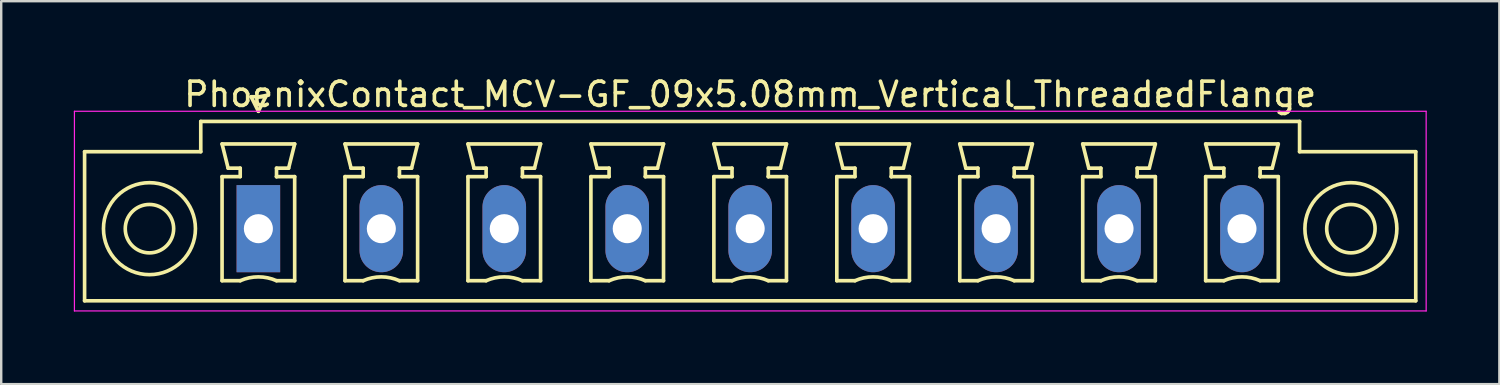
<source format=kicad_pcb>
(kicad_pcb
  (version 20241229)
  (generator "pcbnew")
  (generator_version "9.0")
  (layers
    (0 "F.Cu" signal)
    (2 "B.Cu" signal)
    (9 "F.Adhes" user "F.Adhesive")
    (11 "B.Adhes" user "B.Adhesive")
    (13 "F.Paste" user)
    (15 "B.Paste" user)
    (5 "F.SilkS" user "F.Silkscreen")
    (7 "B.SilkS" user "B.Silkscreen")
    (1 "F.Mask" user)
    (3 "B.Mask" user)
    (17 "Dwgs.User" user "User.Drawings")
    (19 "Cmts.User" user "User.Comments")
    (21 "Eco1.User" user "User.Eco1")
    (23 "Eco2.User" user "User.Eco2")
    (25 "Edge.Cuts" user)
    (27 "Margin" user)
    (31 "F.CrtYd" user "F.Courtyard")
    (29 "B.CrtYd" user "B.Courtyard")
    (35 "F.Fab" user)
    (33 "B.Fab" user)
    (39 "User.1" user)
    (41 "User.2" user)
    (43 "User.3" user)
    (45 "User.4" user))
  (footprint "PhoenixContact_MCV-GF_09x5.08mm_Vertical_ThreadedFlange"
    (layer "F.Cu")
    (at 7.625 6.398)
    (property "Reference" "PhoenixContact_MCV-GF_09x5.08mm_Vertical_ThreadedFlange" (at 20.32 -5.55 0) (layer "F.SilkS") (effects (font (size 1 1) (thickness 0.15))))
    (attr through_hole)
    (fp_line (start -7.18 -3.18) (end -7.18 2.98) (stroke (width 0.15) (type solid)) (layer "F.SilkS"))
    (fp_line (start -7.18 2.98) (end 47.82 2.98) (stroke (width 0.15) (type solid)) (layer "F.SilkS"))
    (fp_line (start -2.38 -4.43) (end -2.38 -3.18) (stroke (width 0.15) (type solid)) (layer "F.SilkS"))
    (fp_line (start -2.38 -3.18) (end -7.18 -3.18) (stroke (width 0.15) (type solid)) (layer "F.SilkS"))
    (fp_line (start -1.5 -3.5) (end 1.5 -3.5) (stroke (width 0.15) (type solid)) (layer "F.SilkS"))
    (fp_line (start -1.5 -2.15) (end -0.75 -2.15) (stroke (width 0.15) (type solid)) (layer "F.SilkS"))
    (fp_line (start -1.5 2.15) (end -1.5 -2.15) (stroke (width 0.15) (type solid)) (layer "F.SilkS"))
    (fp_line (start -1.25 -2.5) (end -1.5 -3.5) (stroke (width 0.15) (type solid)) (layer "F.SilkS"))
    (fp_line (start -0.75 -2.5) (end -1.25 -2.5) (stroke (width 0.15) (type solid)) (layer "F.SilkS"))
    (fp_line (start -0.75 -2.15) (end -0.75 -2.5) (stroke (width 0.15) (type solid)) (layer "F.SilkS"))
    (fp_line (start -0.75 2.15) (end -1.5 2.15) (stroke (width 0.15) (type solid)) (layer "F.SilkS"))
    (fp_line (start -0.3 -5.45) (end 0 -4.85) (stroke (width 0.15) (type solid)) (layer "F.SilkS"))
    (fp_line (start 0 -4.85) (end 0.3 -5.45) (stroke (width 0.15) (type solid)) (layer "F.SilkS"))
    (fp_line (start 0.3 -5.45) (end -0.3 -5.45) (stroke (width 0.15) (type solid)) (layer "F.SilkS"))
    (fp_line (start 0.75 -2.5) (end 0.75 -2.15) (stroke (width 0.15) (type solid)) (layer "F.SilkS"))
    (fp_line (start 0.75 -2.15) (end 0.75 -2.15) (stroke (width 0.15) (type solid)) (layer "F.SilkS"))
    (fp_line (start 0.75 -2.15) (end 1.5 -2.15) (stroke (width 0.15) (type solid)) (layer "F.SilkS"))
    (fp_line (start 1.25 -2.5) (end 0.75 -2.5) (stroke (width 0.15) (type solid)) (layer "F.SilkS"))
    (fp_line (start 1.5 -3.5) (end 1.25 -2.5) (stroke (width 0.15) (type solid)) (layer "F.SilkS"))
    (fp_line (start 1.5 -2.15) (end 1.5 2.15) (stroke (width 0.15) (type solid)) (layer "F.SilkS"))
    (fp_line (start 1.5 2.15) (end 0.75 2.15) (stroke (width 0.15) (type solid)) (layer "F.SilkS"))
    (fp_line (start 3.58 -3.5) (end 6.58 -3.5) (stroke (width 0.15) (type solid)) (layer "F.SilkS"))
    (fp_line (start 3.58 -2.15) (end 4.33 -2.15) (stroke (width 0.15) (type solid)) (layer "F.SilkS"))
    (fp_line (start 3.58 2.15) (end 3.58 -2.15) (stroke (width 0.15) (type solid)) (layer "F.SilkS"))
    (fp_line (start 3.83 -2.5) (end 3.58 -3.5) (stroke (width 0.15) (type solid)) (layer "F.SilkS"))
    (fp_line (start 4.33 -2.5) (end 3.83 -2.5) (stroke (width 0.15) (type solid)) (layer "F.SilkS"))
    (fp_line (start 4.33 -2.15) (end 4.33 -2.5) (stroke (width 0.15) (type solid)) (layer "F.SilkS"))
    (fp_line (start 4.33 2.15) (end 3.58 2.15) (stroke (width 0.15) (type solid)) (layer "F.SilkS"))
    (fp_line (start 5.83 -2.5) (end 5.83 -2.15) (stroke (width 0.15) (type solid)) (layer "F.SilkS"))
    (fp_line (start 5.83 -2.15) (end 5.83 -2.15) (stroke (width 0.15) (type solid)) (layer "F.SilkS"))
    (fp_line (start 5.83 -2.15) (end 6.58 -2.15) (stroke (width 0.15) (type solid)) (layer "F.SilkS"))
    (fp_line (start 6.33 -2.5) (end 5.83 -2.5) (stroke (width 0.15) (type solid)) (layer "F.SilkS"))
    (fp_line (start 6.58 -3.5) (end 6.33 -2.5) (stroke (width 0.15) (type solid)) (layer "F.SilkS"))
    (fp_line (start 6.58 -2.15) (end 6.58 2.15) (stroke (width 0.15) (type solid)) (layer "F.SilkS"))
    (fp_line (start 6.58 2.15) (end 5.83 2.15) (stroke (width 0.15) (type solid)) (layer "F.SilkS"))
    (fp_line (start 8.66 -3.5) (end 11.66 -3.5) (stroke (width 0.15) (type solid)) (layer "F.SilkS"))
    (fp_line (start 8.66 -2.15) (end 9.41 -2.15) (stroke (width 0.15) (type solid)) (layer "F.SilkS"))
    (fp_line (start 8.66 2.15) (end 8.66 -2.15) (stroke (width 0.15) (type solid)) (layer "F.SilkS"))
    (fp_line (start 8.91 -2.5) (end 8.66 -3.5) (stroke (width 0.15) (type solid)) (layer "F.SilkS"))
    (fp_line (start 9.41 -2.5) (end 8.91 -2.5) (stroke (width 0.15) (type solid)) (layer "F.SilkS"))
    (fp_line (start 9.41 -2.15) (end 9.41 -2.5) (stroke (width 0.15) (type solid)) (layer "F.SilkS"))
    (fp_line (start 9.41 2.15) (end 8.66 2.15) (stroke (width 0.15) (type solid)) (layer "F.SilkS"))
    (fp_line (start 10.91 -2.5) (end 10.91 -2.15) (stroke (width 0.15) (type solid)) (layer "F.SilkS"))
    (fp_line (start 10.91 -2.15) (end 10.91 -2.15) (stroke (width 0.15) (type solid)) (layer "F.SilkS"))
    (fp_line (start 10.91 -2.15) (end 11.66 -2.15) (stroke (width 0.15) (type solid)) (layer "F.SilkS"))
    (fp_line (start 11.41 -2.5) (end 10.91 -2.5) (stroke (width 0.15) (type solid)) (layer "F.SilkS"))
    (fp_line (start 11.66 -3.5) (end 11.41 -2.5) (stroke (width 0.15) (type solid)) (layer "F.SilkS"))
    (fp_line (start 11.66 -2.15) (end 11.66 2.15) (stroke (width 0.15) (type solid)) (layer "F.SilkS"))
    (fp_line (start 11.66 2.15) (end 10.91 2.15) (stroke (width 0.15) (type solid)) (layer "F.SilkS"))
    (fp_line (start 13.74 -3.5) (end 16.74 -3.5) (stroke (width 0.15) (type solid)) (layer "F.SilkS"))
    (fp_line (start 13.74 -2.15) (end 14.49 -2.15) (stroke (width 0.15) (type solid)) (layer "F.SilkS"))
    (fp_line (start 13.74 2.15) (end 13.74 -2.15) (stroke (width 0.15) (type solid)) (layer "F.SilkS"))
    (fp_line (start 13.99 -2.5) (end 13.74 -3.5) (stroke (width 0.15) (type solid)) (layer "F.SilkS"))
    (fp_line (start 14.49 -2.5) (end 13.99 -2.5) (stroke (width 0.15) (type solid)) (layer "F.SilkS"))
    (fp_line (start 14.49 -2.15) (end 14.49 -2.5) (stroke (width 0.15) (type solid)) (layer "F.SilkS"))
    (fp_line (start 14.49 2.15) (end 13.74 2.15) (stroke (width 0.15) (type solid)) (layer "F.SilkS"))
    (fp_line (start 15.99 -2.5) (end 15.99 -2.15) (stroke (width 0.15) (type solid)) (layer "F.SilkS"))
    (fp_line (start 15.99 -2.15) (end 15.99 -2.15) (stroke (width 0.15) (type solid)) (layer "F.SilkS"))
    (fp_line (start 15.99 -2.15) (end 16.74 -2.15) (stroke (width 0.15) (type solid)) (layer "F.SilkS"))
    (fp_line (start 16.49 -2.5) (end 15.99 -2.5) (stroke (width 0.15) (type solid)) (layer "F.SilkS"))
    (fp_line (start 16.74 -3.5) (end 16.49 -2.5) (stroke (width 0.15) (type solid)) (layer "F.SilkS"))
    (fp_line (start 16.74 -2.15) (end 16.74 2.15) (stroke (width 0.15) (type solid)) (layer "F.SilkS"))
    (fp_line (start 16.74 2.15) (end 15.99 2.15) (stroke (width 0.15) (type solid)) (layer "F.SilkS"))
    (fp_line (start 18.82 -3.5) (end 21.82 -3.5) (stroke (width 0.15) (type solid)) (layer "F.SilkS"))
    (fp_line (start 18.82 -2.15) (end 19.57 -2.15) (stroke (width 0.15) (type solid)) (layer "F.SilkS"))
    (fp_line (start 18.82 2.15) (end 18.82 -2.15) (stroke (width 0.15) (type solid)) (layer "F.SilkS"))
    (fp_line (start 19.07 -2.5) (end 18.82 -3.5) (stroke (width 0.15) (type solid)) (layer "F.SilkS"))
    (fp_line (start 19.57 -2.5) (end 19.07 -2.5) (stroke (width 0.15) (type solid)) (layer "F.SilkS"))
    (fp_line (start 19.57 -2.15) (end 19.57 -2.5) (stroke (width 0.15) (type solid)) (layer "F.SilkS"))
    (fp_line (start 19.57 2.15) (end 18.82 2.15) (stroke (width 0.15) (type solid)) (layer "F.SilkS"))
    (fp_line (start 21.07 -2.5) (end 21.07 -2.15) (stroke (width 0.15) (type solid)) (layer "F.SilkS"))
    (fp_line (start 21.07 -2.15) (end 21.07 -2.15) (stroke (width 0.15) (type solid)) (layer "F.SilkS"))
    (fp_line (start 21.07 -2.15) (end 21.82 -2.15) (stroke (width 0.15) (type solid)) (layer "F.SilkS"))
    (fp_line (start 21.57 -2.5) (end 21.07 -2.5) (stroke (width 0.15) (type solid)) (layer "F.SilkS"))
    (fp_line (start 21.82 -3.5) (end 21.57 -2.5) (stroke (width 0.15) (type solid)) (layer "F.SilkS"))
    (fp_line (start 21.82 -2.15) (end 21.82 2.15) (stroke (width 0.15) (type solid)) (layer "F.SilkS"))
    (fp_line (start 21.82 2.15) (end 21.07 2.15) (stroke (width 0.15) (type solid)) (layer "F.SilkS"))
    (fp_line (start 23.9 -3.5) (end 26.9 -3.5) (stroke (width 0.15) (type solid)) (layer "F.SilkS"))
    (fp_line (start 23.9 -2.15) (end 24.65 -2.15) (stroke (width 0.15) (type solid)) (layer "F.SilkS"))
    (fp_line (start 23.9 2.15) (end 23.9 -2.15) (stroke (width 0.15) (type solid)) (layer "F.SilkS"))
    (fp_line (start 24.15 -2.5) (end 23.9 -3.5) (stroke (width 0.15) (type solid)) (layer "F.SilkS"))
    (fp_line (start 24.65 -2.5) (end 24.15 -2.5) (stroke (width 0.15) (type solid)) (layer "F.SilkS"))
    (fp_line (start 24.65 -2.15) (end 24.65 -2.5) (stroke (width 0.15) (type solid)) (layer "F.SilkS"))
    (fp_line (start 24.65 2.15) (end 23.9 2.15) (stroke (width 0.15) (type solid)) (layer "F.SilkS"))
    (fp_line (start 26.15 -2.5) (end 26.15 -2.15) (stroke (width 0.15) (type solid)) (layer "F.SilkS"))
    (fp_line (start 26.15 -2.15) (end 26.15 -2.15) (stroke (width 0.15) (type solid)) (layer "F.SilkS"))
    (fp_line (start 26.15 -2.15) (end 26.9 -2.15) (stroke (width 0.15) (type solid)) (layer "F.SilkS"))
    (fp_line (start 26.65 -2.5) (end 26.15 -2.5) (stroke (width 0.15) (type solid)) (layer "F.SilkS"))
    (fp_line (start 26.9 -3.5) (end 26.65 -2.5) (stroke (width 0.15) (type solid)) (layer "F.SilkS"))
    (fp_line (start 26.9 -2.15) (end 26.9 2.15) (stroke (width 0.15) (type solid)) (layer "F.SilkS"))
    (fp_line (start 26.9 2.15) (end 26.15 2.15) (stroke (width 0.15) (type solid)) (layer "F.SilkS"))
    (fp_line (start 28.98 -3.5) (end 31.98 -3.5) (stroke (width 0.15) (type solid)) (layer "F.SilkS"))
    (fp_line (start 28.98 -2.15) (end 29.73 -2.15) (stroke (width 0.15) (type solid)) (layer "F.SilkS"))
    (fp_line (start 28.98 2.15) (end 28.98 -2.15) (stroke (width 0.15) (type solid)) (layer "F.SilkS"))
    (fp_line (start 29.23 -2.5) (end 28.98 -3.5) (stroke (width 0.15) (type solid)) (layer "F.SilkS"))
    (fp_line (start 29.73 -2.5) (end 29.23 -2.5) (stroke (width 0.15) (type solid)) (layer "F.SilkS"))
    (fp_line (start 29.73 -2.15) (end 29.73 -2.5) (stroke (width 0.15) (type solid)) (layer "F.SilkS"))
    (fp_line (start 29.73 2.15) (end 28.98 2.15) (stroke (width 0.15) (type solid)) (layer "F.SilkS"))
    (fp_line (start 31.23 -2.5) (end 31.23 -2.15) (stroke (width 0.15) (type solid)) (layer "F.SilkS"))
    (fp_line (start 31.23 -2.15) (end 31.23 -2.15) (stroke (width 0.15) (type solid)) (layer "F.SilkS"))
    (fp_line (start 31.23 -2.15) (end 31.98 -2.15) (stroke (width 0.15) (type solid)) (layer "F.SilkS"))
    (fp_line (start 31.73 -2.5) (end 31.23 -2.5) (stroke (width 0.15) (type solid)) (layer "F.SilkS"))
    (fp_line (start 31.98 -3.5) (end 31.73 -2.5) (stroke (width 0.15) (type solid)) (layer "F.SilkS"))
    (fp_line (start 31.98 -2.15) (end 31.98 2.15) (stroke (width 0.15) (type solid)) (layer "F.SilkS"))
    (fp_line (start 31.98 2.15) (end 31.23 2.15) (stroke (width 0.15) (type solid)) (layer "F.SilkS"))
    (fp_line (start 34.06 -3.5) (end 37.06 -3.5) (stroke (width 0.15) (type solid)) (layer "F.SilkS"))
    (fp_line (start 34.06 -2.15) (end 34.81 -2.15) (stroke (width 0.15) (type solid)) (layer "F.SilkS"))
    (fp_line (start 34.06 2.15) (end 34.06 -2.15) (stroke (width 0.15) (type solid)) (layer "F.SilkS"))
    (fp_line (start 34.31 -2.5) (end 34.06 -3.5) (stroke (width 0.15) (type solid)) (layer "F.SilkS"))
    (fp_line (start 34.81 -2.5) (end 34.31 -2.5) (stroke (width 0.15) (type solid)) (layer "F.SilkS"))
    (fp_line (start 34.81 -2.15) (end 34.81 -2.5) (stroke (width 0.15) (type solid)) (layer "F.SilkS"))
    (fp_line (start 34.81 2.15) (end 34.06 2.15) (stroke (width 0.15) (type solid)) (layer "F.SilkS"))
    (fp_line (start 36.31 -2.5) (end 36.31 -2.15) (stroke (width 0.15) (type solid)) (layer "F.SilkS"))
    (fp_line (start 36.31 -2.15) (end 36.31 -2.15) (stroke (width 0.15) (type solid)) (layer "F.SilkS"))
    (fp_line (start 36.31 -2.15) (end 37.06 -2.15) (stroke (width 0.15) (type solid)) (layer "F.SilkS"))
    (fp_line (start 36.81 -2.5) (end 36.31 -2.5) (stroke (width 0.15) (type solid)) (layer "F.SilkS"))
    (fp_line (start 37.06 -3.5) (end 36.81 -2.5) (stroke (width 0.15) (type solid)) (layer "F.SilkS"))
    (fp_line (start 37.06 -2.15) (end 37.06 2.15) (stroke (width 0.15) (type solid)) (layer "F.SilkS"))
    (fp_line (start 37.06 2.15) (end 36.31 2.15) (stroke (width 0.15) (type solid)) (layer "F.SilkS"))
    (fp_line (start 39.14 -3.5) (end 42.14 -3.5) (stroke (width 0.15) (type solid)) (layer "F.SilkS"))
    (fp_line (start 39.14 -2.15) (end 39.89 -2.15) (stroke (width 0.15) (type solid)) (layer "F.SilkS"))
    (fp_line (start 39.14 2.15) (end 39.14 -2.15) (stroke (width 0.15) (type solid)) (layer "F.SilkS"))
    (fp_line (start 39.39 -2.5) (end 39.14 -3.5) (stroke (width 0.15) (type solid)) (layer "F.SilkS"))
    (fp_line (start 39.89 -2.5) (end 39.39 -2.5) (stroke (width 0.15) (type solid)) (layer "F.SilkS"))
    (fp_line (start 39.89 -2.15) (end 39.89 -2.5) (stroke (width 0.15) (type solid)) (layer "F.SilkS"))
    (fp_line (start 39.89 2.15) (end 39.14 2.15) (stroke (width 0.15) (type solid)) (layer "F.SilkS"))
    (fp_line (start 41.39 -2.5) (end 41.39 -2.15) (stroke (width 0.15) (type solid)) (layer "F.SilkS"))
    (fp_line (start 41.39 -2.15) (end 41.39 -2.15) (stroke (width 0.15) (type solid)) (layer "F.SilkS"))
    (fp_line (start 41.39 -2.15) (end 42.14 -2.15) (stroke (width 0.15) (type solid)) (layer "F.SilkS"))
    (fp_line (start 41.89 -2.5) (end 41.39 -2.5) (stroke (width 0.15) (type solid)) (layer "F.SilkS"))
    (fp_line (start 42.14 -3.5) (end 41.89 -2.5) (stroke (width 0.15) (type solid)) (layer "F.SilkS"))
    (fp_line (start 42.14 -2.15) (end 42.14 2.15) (stroke (width 0.15) (type solid)) (layer "F.SilkS"))
    (fp_line (start 42.14 2.15) (end 41.39 2.15) (stroke (width 0.15) (type solid)) (layer "F.SilkS"))
    (fp_line (start 43.02 -4.43) (end -2.38 -4.43) (stroke (width 0.15) (type solid)) (layer "F.SilkS"))
    (fp_line (start 43.02 -3.18) (end 43.02 -4.43) (stroke (width 0.15) (type solid)) (layer "F.SilkS"))
    (fp_line (start 47.82 -3.18) (end 43.02 -3.18) (stroke (width 0.15) (type solid)) (layer "F.SilkS"))
    (fp_line (start 47.82 2.98) (end 47.82 -3.18) (stroke (width 0.15) (type solid)) (layer "F.SilkS"))
    (fp_arc (start -0.75 2.15) (mid -0.000193 1.99191) (end 0.749647 2.149844) (stroke (width 0.15) (type solid)) (layer "F.SilkS"))
    (fp_arc (start 4.33 2.15) (mid 5.079807 1.99191) (end 5.829647 2.149844) (stroke (width 0.15) (type solid)) (layer "F.SilkS"))
    (fp_arc (start 9.41 2.15) (mid 10.159807 1.99191) (end 10.909647 2.149844) (stroke (width 0.15) (type solid)) (layer "F.SilkS"))
    (fp_arc (start 14.49 2.15) (mid 15.239807 1.99191) (end 15.989647 2.149844) (stroke (width 0.15) (type solid)) (layer "F.SilkS"))
    (fp_arc (start 19.57 2.15) (mid 20.319807 1.99191) (end 21.069647 2.149844) (stroke (width 0.15) (type solid)) (layer "F.SilkS"))
    (fp_arc (start 24.65 2.15) (mid 25.399807 1.99191) (end 26.149647 2.149844) (stroke (width 0.15) (type solid)) (layer "F.SilkS"))
    (fp_arc (start 29.73 2.15) (mid 30.479807 1.99191) (end 31.229647 2.149844) (stroke (width 0.15) (type solid)) (layer "F.SilkS"))
    (fp_arc (start 34.81 2.15) (mid 35.559807 1.99191) (end 36.309647 2.149844) (stroke (width 0.15) (type solid)) (layer "F.SilkS"))
    (fp_arc (start 39.89 2.15) (mid 40.639807 1.99191) (end 41.389647 2.149844) (stroke (width 0.15) (type solid)) (layer "F.SilkS"))
    (fp_circle (center -4.5 0) (end -3.5 0) (stroke (width 0.15) (type solid)) (fill no) (layer "F.SilkS"))
    (fp_circle (center -4.5 0) (end -2.6 0) (stroke (width 0.15) (type solid)) (fill no) (layer "F.SilkS"))
    (fp_circle (center 45.14 0) (end 46.14 0) (stroke (width 0.15) (type solid)) (fill no) (layer "F.SilkS"))
    (fp_circle (center 45.14 0) (end 47.04 0) (stroke (width 0.15) (type solid)) (fill no) (layer "F.SilkS"))
    (fp_line (start -7.6 -4.85) (end -7.6 3.4) (stroke (width 0.05) (type solid)) (layer "F.CrtYd"))
    (fp_line (start -7.6 3.4) (end 48.25 3.4) (stroke (width 0.05) (type solid)) (layer "F.CrtYd"))
    (fp_line (start 48.25 -4.85) (end -7.6 -4.85) (stroke (width 0.05) (type solid)) (layer "F.CrtYd"))
    (fp_line (start 48.25 3.4) (end 48.25 -4.85) (stroke (width 0.05) (type solid)) (layer "F.CrtYd"))
    (pad "1" thru_hole rect (at 0 0) (size 1.8 3.6) (drill 1.2) (layers "*.Cu" "*.Mask"))
    (pad "2" thru_hole oval (at 5.08 0) (size 1.8 3.6) (drill 1.2) (layers "*.Cu" "*.Mask"))
    (pad "3" thru_hole oval (at 10.16 0) (size 1.8 3.6) (drill 1.2) (layers "*.Cu" "*.Mask"))
    (pad "4" thru_hole oval (at 15.24 0) (size 1.8 3.6) (drill 1.2) (layers "*.Cu" "*.Mask"))
    (pad "5" thru_hole oval (at 20.32 0) (size 1.8 3.6) (drill 1.2) (layers "*.Cu" "*.Mask"))
    (pad "6" thru_hole oval (at 25.4 0) (size 1.8 3.6) (drill 1.2) (layers "*.Cu" "*.Mask"))
    (pad "7" thru_hole oval (at 30.48 0) (size 1.8 3.6) (drill 1.2) (layers "*.Cu" "*.Mask"))
    (pad "8" thru_hole oval (at 35.56 0) (size 1.8 3.6) (drill 1.2) (layers "*.Cu" "*.Mask"))
    (pad "9" thru_hole oval (at 40.64 0) (size 1.8 3.6) (drill 1.2) (layers "*.Cu" "*.Mask")))
  (gr_rect
    (start -3 -3)
    (end 58.9 12.823)
    (stroke (width 0.1) (type default))
    (fill no)
    (layer "Edge.Cuts")))
</source>
